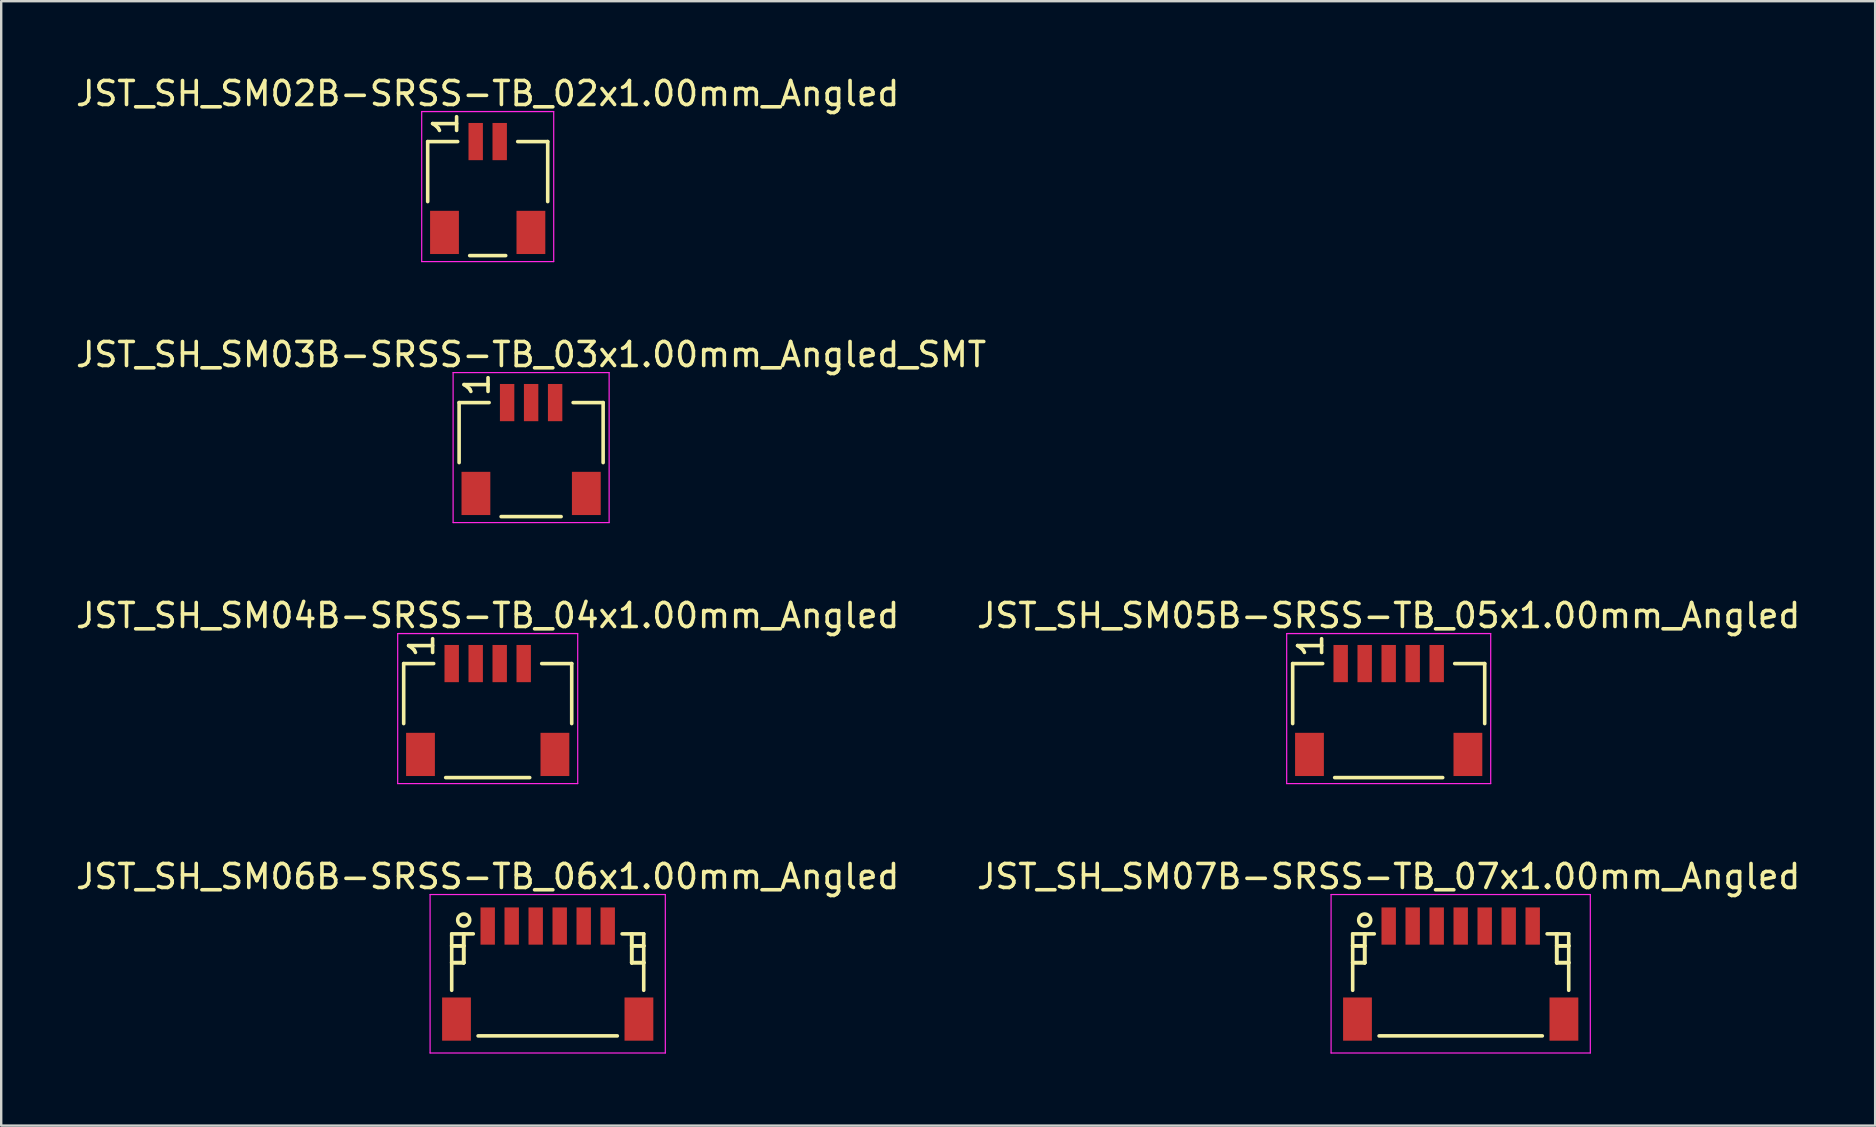
<source format=kicad_pcb>
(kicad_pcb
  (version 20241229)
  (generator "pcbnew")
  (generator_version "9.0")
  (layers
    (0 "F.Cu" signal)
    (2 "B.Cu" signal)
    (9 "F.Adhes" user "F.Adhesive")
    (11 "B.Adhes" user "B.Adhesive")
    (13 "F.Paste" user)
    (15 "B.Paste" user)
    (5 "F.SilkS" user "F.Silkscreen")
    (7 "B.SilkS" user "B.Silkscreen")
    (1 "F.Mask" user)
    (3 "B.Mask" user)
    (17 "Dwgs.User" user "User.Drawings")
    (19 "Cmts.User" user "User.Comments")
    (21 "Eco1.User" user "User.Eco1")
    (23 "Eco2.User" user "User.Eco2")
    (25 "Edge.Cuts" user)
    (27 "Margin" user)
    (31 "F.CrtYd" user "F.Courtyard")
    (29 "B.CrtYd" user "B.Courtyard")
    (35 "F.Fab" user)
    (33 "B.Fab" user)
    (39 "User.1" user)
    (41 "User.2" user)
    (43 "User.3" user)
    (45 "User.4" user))
  (footprint "JST_SH_SM05B-SRSS-TB_05x1.00mm_Angled"
    (layer "F.Cu")
    (at 52.804 24.595)
    (property "Reference" "JST_SH_SM05B-SRSS-TB_05x1.00mm_Angled" (at 2 -2 0) (layer "F.SilkS") (effects (font (size 1 1) (thickness 0.15))))
    (attr smd)
    (fp_line (start -2 0) (end -0.75 0) (stroke (width 0.15) (type solid)) (layer "F.SilkS"))
    (fp_line (start -2 2.5) (end -2 0) (stroke (width 0.15) (type solid)) (layer "F.SilkS"))
    (fp_line (start -0.25 4.75) (end 4.25 4.75) (stroke (width 0.15) (type solid)) (layer "F.SilkS"))
    (fp_line (start 4.75 0) (end 6 0) (stroke (width 0.15) (type solid)) (layer "F.SilkS"))
    (fp_line (start 6 2.5) (end 6 0) (stroke (width 0.15) (type solid)) (layer "F.SilkS"))
    (fp_line (start -2.25 -1.25) (end 6.25 -1.25) (stroke (width 0.05) (type solid)) (layer "F.CrtYd"))
    (fp_line (start -2.25 5) (end -2.25 -1.25) (stroke (width 0.05) (type solid)) (layer "F.CrtYd"))
    (fp_line (start 6.25 -1.25) (end 6.25 5) (stroke (width 0.05) (type solid)) (layer "F.CrtYd"))
    (fp_line (start 6.25 5) (end -2.25 5) (stroke (width 0.05) (type solid)) (layer "F.CrtYd"))
    (fp_text user "1" (at -1.25 -0.75 90) (layer "F.SilkS") (effects (font (size 1 1) (thickness 0.15))))
    (pad "" smd rect (at -1.3 3.785) (size 1.2 1.8) (layers "F.Cu" "F.Mask" "F.Paste"))
    (pad "" smd rect (at 5.3 3.785) (size 1.2 1.8) (layers "F.Cu" "F.Mask" "F.Paste"))
    (pad "1" smd rect (at 0 0) (size 0.6 1.55) (layers "F.Cu" "F.Mask" "F.Paste"))
    (pad "2" smd rect (at 1 0) (size 0.6 1.55) (layers "F.Cu" "F.Mask" "F.Paste"))
    (pad "3" smd rect (at 2 0) (size 0.6 1.55) (layers "F.Cu" "F.Mask" "F.Paste"))
    (pad "4" smd rect (at 3 0) (size 0.6 1.55) (layers "F.Cu" "F.Mask" "F.Paste"))
    (pad "5" smd rect (at 4 0) (size 0.6 1.55) (layers "F.Cu" "F.Mask" "F.Paste")))
  (footprint "JST_SH_SM04B-SRSS-TB_04x1.00mm_Angled"
    (layer "F.Cu")
    (at 15.768 24.595)
    (property "Reference" "JST_SH_SM04B-SRSS-TB_04x1.00mm_Angled" (at 1.5 -2 0) (layer "F.SilkS") (effects (font (size 1 1) (thickness 0.15))))
    (attr smd)
    (fp_line (start -2 0) (end -0.75 0) (stroke (width 0.15) (type solid)) (layer "F.SilkS"))
    (fp_line (start -2 2.5) (end -2 0) (stroke (width 0.15) (type solid)) (layer "F.SilkS"))
    (fp_line (start -0.25 4.75) (end 3.25 4.75) (stroke (width 0.15) (type solid)) (layer "F.SilkS"))
    (fp_line (start 3.75 0) (end 5 0) (stroke (width 0.15) (type solid)) (layer "F.SilkS"))
    (fp_line (start 5 2.5) (end 5 0) (stroke (width 0.15) (type solid)) (layer "F.SilkS"))
    (fp_line (start -2.25 -1.25) (end 5.25 -1.25) (stroke (width 0.05) (type solid)) (layer "F.CrtYd"))
    (fp_line (start -2.25 5) (end -2.25 -1.25) (stroke (width 0.05) (type solid)) (layer "F.CrtYd"))
    (fp_line (start 5.25 -1.25) (end 5.25 5) (stroke (width 0.05) (type solid)) (layer "F.CrtYd"))
    (fp_line (start 5.25 5) (end -2.25 5) (stroke (width 0.05) (type solid)) (layer "F.CrtYd"))
    (fp_text user "1" (at -1.25 -0.75 90) (layer "F.SilkS") (effects (font (size 1 1) (thickness 0.15))))
    (pad "" smd rect (at -1.3 3.785) (size 1.2 1.8) (layers "F.Cu" "F.Mask" "F.Paste"))
    (pad "" smd rect (at 4.3 3.785) (size 1.2 1.8) (layers "F.Cu" "F.Mask" "F.Paste"))
    (pad "1" smd rect (at 0 0) (size 0.6 1.55) (layers "F.Cu" "F.Mask" "F.Paste"))
    (pad "2" smd rect (at 1 0) (size 0.6 1.55) (layers "F.Cu" "F.Mask" "F.Paste"))
    (pad "3" smd rect (at 2 0) (size 0.6 1.55) (layers "F.Cu" "F.Mask" "F.Paste"))
    (pad "4" smd rect (at 3 0) (size 0.6 1.55) (layers "F.Cu" "F.Mask" "F.Paste")))
  (footprint "JST_SH_SM03B-SRSS-TB_03x1.00mm_Angled_SMT"
    (layer "F.Cu")
    (at 18.077 13.722)
    (property "Reference" "JST_SH_SM03B-SRSS-TB_03x1.00mm_Angled_SMT" (at 1 -2 0) (layer "F.SilkS") (effects (font (size 1 1) (thickness 0.15))))
    (attr smd)
    (fp_line (start -2 0) (end -0.75 0) (stroke (width 0.15) (type solid)) (layer "F.SilkS"))
    (fp_line (start -2 2.5) (end -2 0) (stroke (width 0.15) (type solid)) (layer "F.SilkS"))
    (fp_line (start -0.25 4.75) (end 2.25 4.75) (stroke (width 0.15) (type solid)) (layer "F.SilkS"))
    (fp_line (start 2.75 0) (end 4 0) (stroke (width 0.15) (type solid)) (layer "F.SilkS"))
    (fp_line (start 4 2.5) (end 4 0) (stroke (width 0.15) (type solid)) (layer "F.SilkS"))
    (fp_line (start -2.25 -1.25) (end 4.25 -1.25) (stroke (width 0.05) (type solid)) (layer "F.CrtYd"))
    (fp_line (start -2.25 5) (end -2.25 -1.25) (stroke (width 0.05) (type solid)) (layer "F.CrtYd"))
    (fp_line (start 4.25 -1.25) (end 4.25 5) (stroke (width 0.05) (type solid)) (layer "F.CrtYd"))
    (fp_line (start 4.25 5) (end -2.25 5) (stroke (width 0.05) (type solid)) (layer "F.CrtYd"))
    (fp_text user "1" (at -1.25 -0.75 90) (layer "F.SilkS") (effects (font (size 1 1) (thickness 0.15))))
    (pad "" smd rect (at -1.3 3.785) (size 1.2 1.8) (layers "F.Cu" "F.Mask" "F.Paste"))
    (pad "" smd rect (at 3.3 3.785) (size 1.2 1.8) (layers "F.Cu" "F.Mask" "F.Paste"))
    (pad "1" smd rect (at 0 0) (size 0.6 1.55) (layers "F.Cu" "F.Mask" "F.Paste"))
    (pad "2" smd rect (at 1 0) (size 0.6 1.55) (layers "F.Cu" "F.Mask" "F.Paste"))
    (pad "3" smd rect (at 2 0) (size 0.6 1.55) (layers "F.Cu" "F.Mask" "F.Paste")))
  (footprint "JST_SH_SM06B-SRSS-TB_06x1.00mm_Angled"
    (layer "F.Cu")
    (at 19.768 37.468)
    (property "Reference" "JST_SH_SM06B-SRSS-TB_06x1.00mm_Angled" (at -2.5 -4 0) (layer "F.SilkS") (effects (font (size 1 1) (thickness 0.15))))
    (attr smd)
    (fp_line (start -4 -1.613) (end -3.1 -1.613) (stroke (width 0.15) (type solid)) (layer "F.SilkS"))
    (fp_line (start -4 -1.113) (end -4 -1.113) (stroke (width 0.15) (type solid)) (layer "F.SilkS"))
    (fp_line (start -4 -1.113) (end -3.5 -1.113) (stroke (width 0.15) (type solid)) (layer "F.SilkS"))
    (fp_line (start -4 -0.412) (end -4 -0.412) (stroke (width 0.15) (type solid)) (layer "F.SilkS"))
    (fp_line (start -4 -0.412) (end -3.5 -0.412) (stroke (width 0.15) (type solid)) (layer "F.SilkS"))
    (fp_line (start -4 0.738) (end -4 -1.613) (stroke (width 0.15) (type solid)) (layer "F.SilkS"))
    (fp_line (start -3.5 -1.613) (end -3.5 -1.613) (stroke (width 0.15) (type solid)) (layer "F.SilkS"))
    (fp_line (start -3.5 -1.613) (end -3.5 -0.412) (stroke (width 0.15) (type solid)) (layer "F.SilkS"))
    (fp_line (start -3.5 -1.113) (end -4 -1.113) (stroke (width 0.15) (type solid)) (layer "F.SilkS"))
    (fp_line (start -3.5 -1.113) (end -3.5 -1.113) (stroke (width 0.15) (type solid)) (layer "F.SilkS"))
    (fp_line (start -3.5 -0.412) (end -4 -0.412) (stroke (width 0.15) (type solid)) (layer "F.SilkS"))
    (fp_line (start -3.5 -0.412) (end -3.5 -1.613) (stroke (width 0.15) (type solid)) (layer "F.SilkS"))
    (fp_line (start -3.5 -0.412) (end -3.5 -0.412) (stroke (width 0.15) (type solid)) (layer "F.SilkS"))
    (fp_line (start -3.5 -0.412) (end -3.5 -0.412) (stroke (width 0.15) (type solid)) (layer "F.SilkS"))
    (fp_line (start -2.9 2.638) (end 2.9 2.638) (stroke (width 0.15) (type solid)) (layer "F.SilkS"))
    (fp_line (start 3.5 -1.613) (end 3.5 -1.613) (stroke (width 0.15) (type solid)) (layer "F.SilkS"))
    (fp_line (start 3.5 -1.613) (end 3.5 -0.412) (stroke (width 0.15) (type solid)) (layer "F.SilkS"))
    (fp_line (start 3.5 -1.113) (end 3.5 -1.113) (stroke (width 0.15) (type solid)) (layer "F.SilkS"))
    (fp_line (start 3.5 -1.113) (end 4 -1.113) (stroke (width 0.15) (type solid)) (layer "F.SilkS"))
    (fp_line (start 3.5 -0.412) (end 3.5 -1.613) (stroke (width 0.15) (type solid)) (layer "F.SilkS"))
    (fp_line (start 3.5 -0.412) (end 3.5 -0.412) (stroke (width 0.15) (type solid)) (layer "F.SilkS"))
    (fp_line (start 3.5 -0.412) (end 3.5 -0.412) (stroke (width 0.15) (type solid)) (layer "F.SilkS"))
    (fp_line (start 3.5 -0.412) (end 4 -0.412) (stroke (width 0.15) (type solid)) (layer "F.SilkS"))
    (fp_line (start 4 -1.613) (end 3.1 -1.613) (stroke (width 0.15) (type solid)) (layer "F.SilkS"))
    (fp_line (start 4 -1.113) (end 3.5 -1.113) (stroke (width 0.15) (type solid)) (layer "F.SilkS"))
    (fp_line (start 4 -1.113) (end 4 -1.113) (stroke (width 0.15) (type solid)) (layer "F.SilkS"))
    (fp_line (start 4 -0.412) (end 3.5 -0.412) (stroke (width 0.15) (type solid)) (layer "F.SilkS"))
    (fp_line (start 4 -0.412) (end 4 -0.412) (stroke (width 0.15) (type solid)) (layer "F.SilkS"))
    (fp_line (start 4 0.738) (end 4 -1.613) (stroke (width 0.15) (type solid)) (layer "F.SilkS"))
    (fp_circle (center -3.5 -2.188) (end -3.25 -2.188) (stroke (width 0.15) (type solid)) (fill no) (layer "F.SilkS"))
    (fp_line (start -4.9 -3.25) (end 4.9 -3.25) (stroke (width 0.05) (type solid)) (layer "F.CrtYd"))
    (fp_line (start -4.9 3.35) (end -4.9 -3.25) (stroke (width 0.05) (type solid)) (layer "F.CrtYd"))
    (fp_line (start 4.9 -3.25) (end 4.9 3.35) (stroke (width 0.05) (type solid)) (layer "F.CrtYd"))
    (fp_line (start 4.9 3.35) (end -4.9 3.35) (stroke (width 0.05) (type solid)) (layer "F.CrtYd"))
    (pad "" smd rect (at -3.8 1.938) (size 1.2 1.8) (layers "F.Cu" "F.Mask" "F.Paste"))
    (pad "" smd rect (at 3.8 1.938) (size 1.2 1.8) (layers "F.Cu" "F.Mask" "F.Paste"))
    (pad "1" smd rect (at -2.5 -1.938) (size 0.6 1.55) (layers "F.Cu" "F.Mask" "F.Paste"))
    (pad "2" smd rect (at -1.5 -1.938) (size 0.6 1.55) (layers "F.Cu" "F.Mask" "F.Paste"))
    (pad "3" smd rect (at -0.5 -1.938) (size 0.6 1.55) (layers "F.Cu" "F.Mask" "F.Paste"))
    (pad "4" smd rect (at 0.5 -1.938) (size 0.6 1.55) (layers "F.Cu" "F.Mask" "F.Paste"))
    (pad "5" smd rect (at 1.5 -1.938) (size 0.6 1.55) (layers "F.Cu" "F.Mask" "F.Paste"))
    (pad "6" smd rect (at 2.5 -1.938) (size 0.6 1.55) (layers "F.Cu" "F.Mask" "F.Paste")))
  (footprint "JST_SH_SM07B-SRSS-TB_07x1.00mm_Angled"
    (layer "F.Cu")
    (at 57.804 37.468)
    (property "Reference" "JST_SH_SM07B-SRSS-TB_07x1.00mm_Angled" (at -3 -4 0) (layer "F.SilkS") (effects (font (size 1 1) (thickness 0.15))))
    (attr smd)
    (fp_line (start -4.5 -1.613) (end -3.6 -1.613) (stroke (width 0.15) (type solid)) (layer "F.SilkS"))
    (fp_line (start -4.5 -1.113) (end -4.5 -1.113) (stroke (width 0.15) (type solid)) (layer "F.SilkS"))
    (fp_line (start -4.5 -1.113) (end -4 -1.113) (stroke (width 0.15) (type solid)) (layer "F.SilkS"))
    (fp_line (start -4.5 -0.412) (end -4.5 -0.412) (stroke (width 0.15) (type solid)) (layer "F.SilkS"))
    (fp_line (start -4.5 -0.412) (end -4 -0.412) (stroke (width 0.15) (type solid)) (layer "F.SilkS"))
    (fp_line (start -4.5 0.738) (end -4.5 -1.613) (stroke (width 0.15) (type solid)) (layer "F.SilkS"))
    (fp_line (start -4 -1.613) (end -4 -1.613) (stroke (width 0.15) (type solid)) (layer "F.SilkS"))
    (fp_line (start -4 -1.613) (end -4 -0.412) (stroke (width 0.15) (type solid)) (layer "F.SilkS"))
    (fp_line (start -4 -1.113) (end -4.5 -1.113) (stroke (width 0.15) (type solid)) (layer "F.SilkS"))
    (fp_line (start -4 -1.113) (end -4 -1.113) (stroke (width 0.15) (type solid)) (layer "F.SilkS"))
    (fp_line (start -4 -0.412) (end -4.5 -0.412) (stroke (width 0.15) (type solid)) (layer "F.SilkS"))
    (fp_line (start -4 -0.412) (end -4 -1.613) (stroke (width 0.15) (type solid)) (layer "F.SilkS"))
    (fp_line (start -4 -0.412) (end -4 -0.412) (stroke (width 0.15) (type solid)) (layer "F.SilkS"))
    (fp_line (start -4 -0.412) (end -4 -0.412) (stroke (width 0.15) (type solid)) (layer "F.SilkS"))
    (fp_line (start -3.4 2.638) (end 3.4 2.638) (stroke (width 0.15) (type solid)) (layer "F.SilkS"))
    (fp_line (start 4 -1.613) (end 4 -1.613) (stroke (width 0.15) (type solid)) (layer "F.SilkS"))
    (fp_line (start 4 -1.613) (end 4 -0.412) (stroke (width 0.15) (type solid)) (layer "F.SilkS"))
    (fp_line (start 4 -1.113) (end 4 -1.113) (stroke (width 0.15) (type solid)) (layer "F.SilkS"))
    (fp_line (start 4 -1.113) (end 4.5 -1.113) (stroke (width 0.15) (type solid)) (layer "F.SilkS"))
    (fp_line (start 4 -0.412) (end 4 -1.613) (stroke (width 0.15) (type solid)) (layer "F.SilkS"))
    (fp_line (start 4 -0.412) (end 4 -0.412) (stroke (width 0.15) (type solid)) (layer "F.SilkS"))
    (fp_line (start 4 -0.412) (end 4 -0.412) (stroke (width 0.15) (type solid)) (layer "F.SilkS"))
    (fp_line (start 4 -0.412) (end 4.5 -0.412) (stroke (width 0.15) (type solid)) (layer "F.SilkS"))
    (fp_line (start 4.5 -1.613) (end 3.6 -1.613) (stroke (width 0.15) (type solid)) (layer "F.SilkS"))
    (fp_line (start 4.5 -1.113) (end 4 -1.113) (stroke (width 0.15) (type solid)) (layer "F.SilkS"))
    (fp_line (start 4.5 -1.113) (end 4.5 -1.113) (stroke (width 0.15) (type solid)) (layer "F.SilkS"))
    (fp_line (start 4.5 -0.412) (end 4 -0.412) (stroke (width 0.15) (type solid)) (layer "F.SilkS"))
    (fp_line (start 4.5 -0.412) (end 4.5 -0.412) (stroke (width 0.15) (type solid)) (layer "F.SilkS"))
    (fp_line (start 4.5 0.738) (end 4.5 -1.613) (stroke (width 0.15) (type solid)) (layer "F.SilkS"))
    (fp_circle (center -4 -2.188) (end -3.75 -2.188) (stroke (width 0.15) (type solid)) (fill no) (layer "F.SilkS"))
    (fp_line (start -5.4 -3.25) (end 5.4 -3.25) (stroke (width 0.05) (type solid)) (layer "F.CrtYd"))
    (fp_line (start -5.4 3.35) (end -5.4 -3.25) (stroke (width 0.05) (type solid)) (layer "F.CrtYd"))
    (fp_line (start 5.4 -3.25) (end 5.4 3.35) (stroke (width 0.05) (type solid)) (layer "F.CrtYd"))
    (fp_line (start 5.4 3.35) (end -5.4 3.35) (stroke (width 0.05) (type solid)) (layer "F.CrtYd"))
    (pad "" smd rect (at -4.3 1.938) (size 1.2 1.8) (layers "F.Cu" "F.Mask" "F.Paste"))
    (pad "" smd rect (at 4.3 1.938) (size 1.2 1.8) (layers "F.Cu" "F.Mask" "F.Paste"))
    (pad "1" smd rect (at -3 -1.938) (size 0.6 1.55) (layers "F.Cu" "F.Mask" "F.Paste"))
    (pad "2" smd rect (at -2 -1.938) (size 0.6 1.55) (layers "F.Cu" "F.Mask" "F.Paste"))
    (pad "3" smd rect (at -1 -1.938) (size 0.6 1.55) (layers "F.Cu" "F.Mask" "F.Paste"))
    (pad "4" smd rect (at 0 -1.938) (size 0.6 1.55) (layers "F.Cu" "F.Mask" "F.Paste"))
    (pad "5" smd rect (at 1 -1.938) (size 0.6 1.55) (layers "F.Cu" "F.Mask" "F.Paste"))
    (pad "6" smd rect (at 2 -1.938) (size 0.6 1.55) (layers "F.Cu" "F.Mask" "F.Paste"))
    (pad "7" smd rect (at 3 -1.938) (size 0.6 1.55) (layers "F.Cu" "F.Mask" "F.Paste")))
  (footprint "JST_SH_SM02B-SRSS-TB_02x1.00mm_Angled"
    (layer "F.Cu")
    (at 16.768 2.848)
    (property "Reference" "JST_SH_SM02B-SRSS-TB_02x1.00mm_Angled" (at 0.5 -2 0) (layer "F.SilkS") (effects (font (size 1 1) (thickness 0.15))))
    (attr smd)
    (fp_line (start -2 0) (end -0.75 0) (stroke (width 0.15) (type solid)) (layer "F.SilkS"))
    (fp_line (start -2 2.5) (end -2 0) (stroke (width 0.15) (type solid)) (layer "F.SilkS"))
    (fp_line (start -0.25 4.75) (end 1.25 4.75) (stroke (width 0.15) (type solid)) (layer "F.SilkS"))
    (fp_line (start 1.75 0) (end 3 0) (stroke (width 0.15) (type solid)) (layer "F.SilkS"))
    (fp_line (start 3 2.5) (end 3 0) (stroke (width 0.15) (type solid)) (layer "F.SilkS"))
    (fp_line (start -2.25 -1.25) (end 3.25 -1.25) (stroke (width 0.05) (type solid)) (layer "F.CrtYd"))
    (fp_line (start -2.25 5) (end -2.25 -1.25) (stroke (width 0.05) (type solid)) (layer "F.CrtYd"))
    (fp_line (start 3.25 -1.25) (end 3.25 5) (stroke (width 0.05) (type solid)) (layer "F.CrtYd"))
    (fp_line (start 3.25 5) (end -2.25 5) (stroke (width 0.05) (type solid)) (layer "F.CrtYd"))
    (fp_text user "1" (at -1.25 -0.75 90) (layer "F.SilkS") (effects (font (size 1 1) (thickness 0.15))))
    (pad "" smd rect (at -1.3 3.785) (size 1.2 1.8) (layers "F.Cu" "F.Mask" "F.Paste"))
    (pad "" smd rect (at 2.3 3.785) (size 1.2 1.8) (layers "F.Cu" "F.Mask" "F.Paste"))
    (pad "1" smd rect (at 0 0) (size 0.6 1.55) (layers "F.Cu" "F.Mask" "F.Paste"))
    (pad "2" smd rect (at 1 0) (size 0.6 1.55) (layers "F.Cu" "F.Mask" "F.Paste")))
  (gr_rect
    (start -3 -3)
    (end 75.071 43.843)
    (stroke (width 0.1) (type default))
    (fill no)
    (layer "Edge.Cuts")))
</source>
